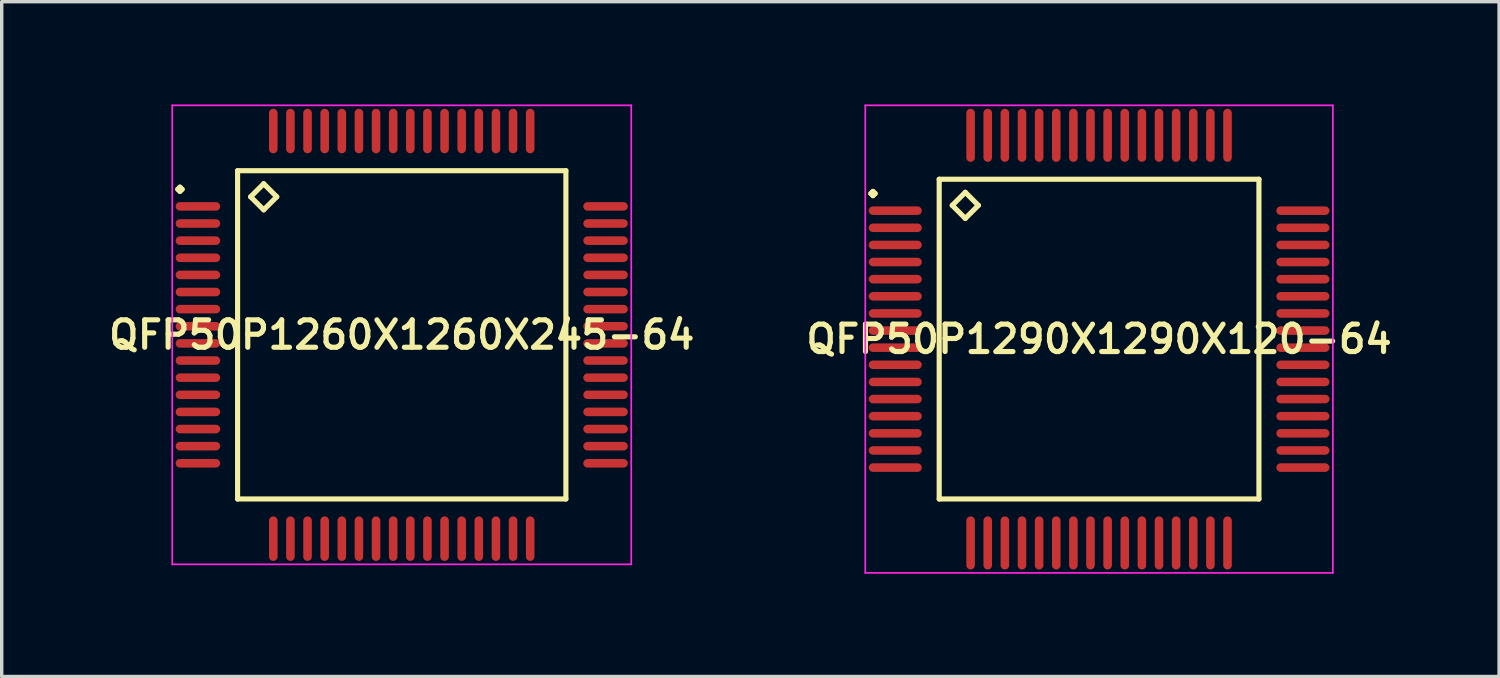
<source format=kicad_pcb>
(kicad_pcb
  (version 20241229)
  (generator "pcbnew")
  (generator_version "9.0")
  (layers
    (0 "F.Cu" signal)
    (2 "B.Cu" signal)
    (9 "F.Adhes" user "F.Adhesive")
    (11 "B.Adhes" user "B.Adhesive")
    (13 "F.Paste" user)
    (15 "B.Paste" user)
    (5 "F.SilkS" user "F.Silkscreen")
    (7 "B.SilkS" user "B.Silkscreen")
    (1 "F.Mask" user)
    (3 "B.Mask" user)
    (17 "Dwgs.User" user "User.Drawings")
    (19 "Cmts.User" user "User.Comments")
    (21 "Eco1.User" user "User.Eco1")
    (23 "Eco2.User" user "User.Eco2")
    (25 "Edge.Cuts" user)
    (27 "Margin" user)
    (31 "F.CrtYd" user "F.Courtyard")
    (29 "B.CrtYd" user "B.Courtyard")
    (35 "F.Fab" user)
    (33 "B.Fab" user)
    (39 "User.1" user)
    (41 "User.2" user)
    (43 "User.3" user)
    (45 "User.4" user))
  (footprint "QFP50P1260X1260X245-64"
    (layer "F.Cu")
    (at 8.678 6.725)
    (property "Reference" "QFP50P1260X1260X245-64" (at 0 0 0) (layer "F.SilkS") (effects (font (size 0.8 0.8) (thickness 0.15))))
    (attr smd)
    (fp_line (start -6.537 -4.25) (end -6.475 -4.312) (stroke (width 0.15) (type solid)) (layer "F.SilkS"))
    (fp_line (start -6.475 -4.312) (end -6.412 -4.25) (stroke (width 0.15) (type solid)) (layer "F.SilkS"))
    (fp_line (start -6.475 -4.188) (end -6.537 -4.25) (stroke (width 0.15) (type solid)) (layer "F.SilkS"))
    (fp_line (start -6.412 -4.25) (end -6.475 -4.188) (stroke (width 0.15) (type solid)) (layer "F.SilkS"))
    (fp_line (start -4.792 -4.792) (end -4.792 4.792) (stroke (width 0.15) (type solid)) (layer "F.SilkS"))
    (fp_line (start -4.792 4.792) (end 4.792 4.792) (stroke (width 0.15) (type solid)) (layer "F.SilkS"))
    (fp_line (start -4.411 -4.03) (end -4.03 -4.411) (stroke (width 0.15) (type solid)) (layer "F.SilkS"))
    (fp_line (start -4.03 -4.411) (end -3.649 -4.03) (stroke (width 0.15) (type solid)) (layer "F.SilkS"))
    (fp_line (start -4.03 -3.649) (end -4.411 -4.03) (stroke (width 0.15) (type solid)) (layer "F.SilkS"))
    (fp_line (start -3.649 -4.03) (end -4.03 -3.649) (stroke (width 0.15) (type solid)) (layer "F.SilkS"))
    (fp_line (start 4.792 -4.792) (end -4.792 -4.792) (stroke (width 0.15) (type solid)) (layer "F.SilkS"))
    (fp_line (start 4.792 4.792) (end 4.792 -4.792) (stroke (width 0.15) (type solid)) (layer "F.SilkS"))
    (fp_line (start -6.7 -6.7) (end 6.7 -6.7) (stroke (width 0.05) (type solid)) (layer "F.CrtYd"))
    (fp_line (start -6.7 6.7) (end -6.7 -6.7) (stroke (width 0.05) (type solid)) (layer "F.CrtYd"))
    (fp_line (start 6.7 -6.7) (end 6.7 6.7) (stroke (width 0.05) (type solid)) (layer "F.CrtYd"))
    (fp_line (start 6.7 6.7) (end -6.7 6.7) (stroke (width 0.05) (type solid)) (layer "F.CrtYd"))
    (pad "1" smd oval (at -5.95 -3.75) (size 1.3 0.25) (layers "F.Cu" "F.Mask" "F.Paste"))
    (pad "2" smd oval (at -5.95 -3.25) (size 1.3 0.25) (layers "F.Cu" "F.Mask" "F.Paste"))
    (pad "3" smd oval (at -5.95 -2.75) (size 1.3 0.25) (layers "F.Cu" "F.Mask" "F.Paste"))
    (pad "4" smd oval (at -5.95 -2.25) (size 1.3 0.25) (layers "F.Cu" "F.Mask" "F.Paste"))
    (pad "5" smd oval (at -5.95 -1.75) (size 1.3 0.25) (layers "F.Cu" "F.Mask" "F.Paste"))
    (pad "6" smd oval (at -5.95 -1.25) (size 1.3 0.25) (layers "F.Cu" "F.Mask" "F.Paste"))
    (pad "7" smd oval (at -5.95 -0.75) (size 1.3 0.25) (layers "F.Cu" "F.Mask" "F.Paste"))
    (pad "8" smd oval (at -5.95 -0.25) (size 1.3 0.25) (layers "F.Cu" "F.Mask" "F.Paste"))
    (pad "9" smd oval (at -5.95 0.25) (size 1.3 0.25) (layers "F.Cu" "F.Mask" "F.Paste"))
    (pad "10" smd oval (at -5.95 0.75) (size 1.3 0.25) (layers "F.Cu" "F.Mask" "F.Paste"))
    (pad "11" smd oval (at -5.95 1.25) (size 1.3 0.25) (layers "F.Cu" "F.Mask" "F.Paste"))
    (pad "12" smd oval (at -5.95 1.75) (size 1.3 0.25) (layers "F.Cu" "F.Mask" "F.Paste"))
    (pad "13" smd oval (at -5.95 2.25) (size 1.3 0.25) (layers "F.Cu" "F.Mask" "F.Paste"))
    (pad "14" smd oval (at -5.95 2.75) (size 1.3 0.25) (layers "F.Cu" "F.Mask" "F.Paste"))
    (pad "15" smd oval (at -5.95 3.25) (size 1.3 0.25) (layers "F.Cu" "F.Mask" "F.Paste"))
    (pad "16" smd oval (at -5.95 3.75) (size 1.3 0.25) (layers "F.Cu" "F.Mask" "F.Paste"))
    (pad "17" smd oval (at -3.75 5.95) (size 0.25 1.3) (layers "F.Cu" "F.Mask" "F.Paste"))
    (pad "18" smd oval (at -3.25 5.95) (size 0.25 1.3) (layers "F.Cu" "F.Mask" "F.Paste"))
    (pad "19" smd oval (at -2.75 5.95) (size 0.25 1.3) (layers "F.Cu" "F.Mask" "F.Paste"))
    (pad "20" smd oval (at -2.25 5.95) (size 0.25 1.3) (layers "F.Cu" "F.Mask" "F.Paste"))
    (pad "21" smd oval (at -1.75 5.95) (size 0.25 1.3) (layers "F.Cu" "F.Mask" "F.Paste"))
    (pad "22" smd oval (at -1.25 5.95) (size 0.25 1.3) (layers "F.Cu" "F.Mask" "F.Paste"))
    (pad "23" smd oval (at -0.75 5.95) (size 0.25 1.3) (layers "F.Cu" "F.Mask" "F.Paste"))
    (pad "24" smd oval (at -0.25 5.95) (size 0.25 1.3) (layers "F.Cu" "F.Mask" "F.Paste"))
    (pad "25" smd oval (at 0.25 5.95) (size 0.25 1.3) (layers "F.Cu" "F.Mask" "F.Paste"))
    (pad "26" smd oval (at 0.75 5.95) (size 0.25 1.3) (layers "F.Cu" "F.Mask" "F.Paste"))
    (pad "27" smd oval (at 1.25 5.95) (size 0.25 1.3) (layers "F.Cu" "F.Mask" "F.Paste"))
    (pad "28" smd oval (at 1.75 5.95) (size 0.25 1.3) (layers "F.Cu" "F.Mask" "F.Paste"))
    (pad "29" smd oval (at 2.25 5.95) (size 0.25 1.3) (layers "F.Cu" "F.Mask" "F.Paste"))
    (pad "30" smd oval (at 2.75 5.95) (size 0.25 1.3) (layers "F.Cu" "F.Mask" "F.Paste"))
    (pad "31" smd oval (at 3.25 5.95) (size 0.25 1.3) (layers "F.Cu" "F.Mask" "F.Paste"))
    (pad "32" smd oval (at 3.75 5.95) (size 0.25 1.3) (layers "F.Cu" "F.Mask" "F.Paste"))
    (pad "33" smd oval (at 5.95 3.75) (size 1.3 0.25) (layers "F.Cu" "F.Mask" "F.Paste"))
    (pad "34" smd oval (at 5.95 3.25) (size 1.3 0.25) (layers "F.Cu" "F.Mask" "F.Paste"))
    (pad "35" smd oval (at 5.95 2.75) (size 1.3 0.25) (layers "F.Cu" "F.Mask" "F.Paste"))
    (pad "36" smd oval (at 5.95 2.25) (size 1.3 0.25) (layers "F.Cu" "F.Mask" "F.Paste"))
    (pad "37" smd oval (at 5.95 1.75) (size 1.3 0.25) (layers "F.Cu" "F.Mask" "F.Paste"))
    (pad "38" smd oval (at 5.95 1.25) (size 1.3 0.25) (layers "F.Cu" "F.Mask" "F.Paste"))
    (pad "39" smd oval (at 5.95 0.75) (size 1.3 0.25) (layers "F.Cu" "F.Mask" "F.Paste"))
    (pad "40" smd oval (at 5.95 0.25) (size 1.3 0.25) (layers "F.Cu" "F.Mask" "F.Paste"))
    (pad "41" smd oval (at 5.95 -0.25) (size 1.3 0.25) (layers "F.Cu" "F.Mask" "F.Paste"))
    (pad "42" smd oval (at 5.95 -0.75) (size 1.3 0.25) (layers "F.Cu" "F.Mask" "F.Paste"))
    (pad "43" smd oval (at 5.95 -1.25) (size 1.3 0.25) (layers "F.Cu" "F.Mask" "F.Paste"))
    (pad "44" smd oval (at 5.95 -1.75) (size 1.3 0.25) (layers "F.Cu" "F.Mask" "F.Paste"))
    (pad "45" smd oval (at 5.95 -2.25) (size 1.3 0.25) (layers "F.Cu" "F.Mask" "F.Paste"))
    (pad "46" smd oval (at 5.95 -2.75) (size 1.3 0.25) (layers "F.Cu" "F.Mask" "F.Paste"))
    (pad "47" smd oval (at 5.95 -3.25) (size 1.3 0.25) (layers "F.Cu" "F.Mask" "F.Paste"))
    (pad "48" smd oval (at 5.95 -3.75) (size 1.3 0.25) (layers "F.Cu" "F.Mask" "F.Paste"))
    (pad "49" smd oval (at 3.75 -5.95) (size 0.25 1.3) (layers "F.Cu" "F.Mask" "F.Paste"))
    (pad "50" smd oval (at 3.25 -5.95) (size 0.25 1.3) (layers "F.Cu" "F.Mask" "F.Paste"))
    (pad "51" smd oval (at 2.75 -5.95) (size 0.25 1.3) (layers "F.Cu" "F.Mask" "F.Paste"))
    (pad "52" smd oval (at 2.25 -5.95) (size 0.25 1.3) (layers "F.Cu" "F.Mask" "F.Paste"))
    (pad "53" smd oval (at 1.75 -5.95) (size 0.25 1.3) (layers "F.Cu" "F.Mask" "F.Paste"))
    (pad "54" smd oval (at 1.25 -5.95) (size 0.25 1.3) (layers "F.Cu" "F.Mask" "F.Paste"))
    (pad "55" smd oval (at 0.75 -5.95) (size 0.25 1.3) (layers "F.Cu" "F.Mask" "F.Paste"))
    (pad "56" smd oval (at 0.25 -5.95) (size 0.25 1.3) (layers "F.Cu" "F.Mask" "F.Paste"))
    (pad "57" smd oval (at -0.25 -5.95) (size 0.25 1.3) (layers "F.Cu" "F.Mask" "F.Paste"))
    (pad "58" smd oval (at -0.75 -5.95) (size 0.25 1.3) (layers "F.Cu" "F.Mask" "F.Paste"))
    (pad "59" smd oval (at -1.25 -5.95) (size 0.25 1.3) (layers "F.Cu" "F.Mask" "F.Paste"))
    (pad "60" smd oval (at -1.75 -5.95) (size 0.25 1.3) (layers "F.Cu" "F.Mask" "F.Paste"))
    (pad "61" smd oval (at -2.25 -5.95) (size 0.25 1.3) (layers "F.Cu" "F.Mask" "F.Paste"))
    (pad "62" smd oval (at -2.75 -5.95) (size 0.25 1.3) (layers "F.Cu" "F.Mask" "F.Paste"))
    (pad "63" smd oval (at -3.25 -5.95) (size 0.25 1.3) (layers "F.Cu" "F.Mask" "F.Paste"))
    (pad "64" smd oval (at -3.75 -5.95) (size 0.25 1.3) (layers "F.Cu" "F.Mask" "F.Paste")))
  (footprint "QFP50P1290X1290X120-64"
    (layer "F.Cu")
    (at 29.035 6.85)
    (property "Reference" "QFP50P1290X1290X120-64" (at 0 0 0) (layer "F.SilkS") (effects (font (size 0.8 0.8) (thickness 0.15))))
    (attr smd)
    (fp_line (start -6.662 -4.25) (end -6.6 -4.312) (stroke (width 0.15) (type solid)) (layer "F.SilkS"))
    (fp_line (start -6.6 -4.312) (end -6.537 -4.25) (stroke (width 0.15) (type solid)) (layer "F.SilkS"))
    (fp_line (start -6.6 -4.188) (end -6.662 -4.25) (stroke (width 0.15) (type solid)) (layer "F.SilkS"))
    (fp_line (start -6.537 -4.25) (end -6.6 -4.188) (stroke (width 0.15) (type solid)) (layer "F.SilkS"))
    (fp_line (start -4.667 -4.667) (end -4.667 4.667) (stroke (width 0.15) (type solid)) (layer "F.SilkS"))
    (fp_line (start -4.667 4.667) (end 4.667 4.667) (stroke (width 0.15) (type solid)) (layer "F.SilkS"))
    (fp_line (start -4.286 -3.905) (end -3.905 -4.286) (stroke (width 0.15) (type solid)) (layer "F.SilkS"))
    (fp_line (start -3.905 -4.286) (end -3.524 -3.905) (stroke (width 0.15) (type solid)) (layer "F.SilkS"))
    (fp_line (start -3.905 -3.524) (end -4.286 -3.905) (stroke (width 0.15) (type solid)) (layer "F.SilkS"))
    (fp_line (start -3.524 -3.905) (end -3.905 -3.524) (stroke (width 0.15) (type solid)) (layer "F.SilkS"))
    (fp_line (start 4.667 -4.667) (end -4.667 -4.667) (stroke (width 0.15) (type solid)) (layer "F.SilkS"))
    (fp_line (start 4.667 4.667) (end 4.667 -4.667) (stroke (width 0.15) (type solid)) (layer "F.SilkS"))
    (fp_line (start -6.825 -6.825) (end 6.825 -6.825) (stroke (width 0.05) (type solid)) (layer "F.CrtYd"))
    (fp_line (start -6.825 6.825) (end -6.825 -6.825) (stroke (width 0.05) (type solid)) (layer "F.CrtYd"))
    (fp_line (start 6.825 -6.825) (end 6.825 6.825) (stroke (width 0.05) (type solid)) (layer "F.CrtYd"))
    (fp_line (start 6.825 6.825) (end -6.825 6.825) (stroke (width 0.05) (type solid)) (layer "F.CrtYd"))
    (pad "1" smd oval (at -5.95 -3.75) (size 1.55 0.25) (layers "F.Cu" "F.Mask" "F.Paste"))
    (pad "2" smd oval (at -5.95 -3.25) (size 1.55 0.25) (layers "F.Cu" "F.Mask" "F.Paste"))
    (pad "3" smd oval (at -5.95 -2.75) (size 1.55 0.25) (layers "F.Cu" "F.Mask" "F.Paste"))
    (pad "4" smd oval (at -5.95 -2.25) (size 1.55 0.25) (layers "F.Cu" "F.Mask" "F.Paste"))
    (pad "5" smd oval (at -5.95 -1.75) (size 1.55 0.25) (layers "F.Cu" "F.Mask" "F.Paste"))
    (pad "6" smd oval (at -5.95 -1.25) (size 1.55 0.25) (layers "F.Cu" "F.Mask" "F.Paste"))
    (pad "7" smd oval (at -5.95 -0.75) (size 1.55 0.25) (layers "F.Cu" "F.Mask" "F.Paste"))
    (pad "8" smd oval (at -5.95 -0.25) (size 1.55 0.25) (layers "F.Cu" "F.Mask" "F.Paste"))
    (pad "9" smd oval (at -5.95 0.25) (size 1.55 0.25) (layers "F.Cu" "F.Mask" "F.Paste"))
    (pad "10" smd oval (at -5.95 0.75) (size 1.55 0.25) (layers "F.Cu" "F.Mask" "F.Paste"))
    (pad "11" smd oval (at -5.95 1.25) (size 1.55 0.25) (layers "F.Cu" "F.Mask" "F.Paste"))
    (pad "12" smd oval (at -5.95 1.75) (size 1.55 0.25) (layers "F.Cu" "F.Mask" "F.Paste"))
    (pad "13" smd oval (at -5.95 2.25) (size 1.55 0.25) (layers "F.Cu" "F.Mask" "F.Paste"))
    (pad "14" smd oval (at -5.95 2.75) (size 1.55 0.25) (layers "F.Cu" "F.Mask" "F.Paste"))
    (pad "15" smd oval (at -5.95 3.25) (size 1.55 0.25) (layers "F.Cu" "F.Mask" "F.Paste"))
    (pad "16" smd oval (at -5.95 3.75) (size 1.55 0.25) (layers "F.Cu" "F.Mask" "F.Paste"))
    (pad "17" smd oval (at -3.75 5.95) (size 0.25 1.55) (layers "F.Cu" "F.Mask" "F.Paste"))
    (pad "18" smd oval (at -3.25 5.95) (size 0.25 1.55) (layers "F.Cu" "F.Mask" "F.Paste"))
    (pad "19" smd oval (at -2.75 5.95) (size 0.25 1.55) (layers "F.Cu" "F.Mask" "F.Paste"))
    (pad "20" smd oval (at -2.25 5.95) (size 0.25 1.55) (layers "F.Cu" "F.Mask" "F.Paste"))
    (pad "21" smd oval (at -1.75 5.95) (size 0.25 1.55) (layers "F.Cu" "F.Mask" "F.Paste"))
    (pad "22" smd oval (at -1.25 5.95) (size 0.25 1.55) (layers "F.Cu" "F.Mask" "F.Paste"))
    (pad "23" smd oval (at -0.75 5.95) (size 0.25 1.55) (layers "F.Cu" "F.Mask" "F.Paste"))
    (pad "24" smd oval (at -0.25 5.95) (size 0.25 1.55) (layers "F.Cu" "F.Mask" "F.Paste"))
    (pad "25" smd oval (at 0.25 5.95) (size 0.25 1.55) (layers "F.Cu" "F.Mask" "F.Paste"))
    (pad "26" smd oval (at 0.75 5.95) (size 0.25 1.55) (layers "F.Cu" "F.Mask" "F.Paste"))
    (pad "27" smd oval (at 1.25 5.95) (size 0.25 1.55) (layers "F.Cu" "F.Mask" "F.Paste"))
    (pad "28" smd oval (at 1.75 5.95) (size 0.25 1.55) (layers "F.Cu" "F.Mask" "F.Paste"))
    (pad "29" smd oval (at 2.25 5.95) (size 0.25 1.55) (layers "F.Cu" "F.Mask" "F.Paste"))
    (pad "30" smd oval (at 2.75 5.95) (size 0.25 1.55) (layers "F.Cu" "F.Mask" "F.Paste"))
    (pad "31" smd oval (at 3.25 5.95) (size 0.25 1.55) (layers "F.Cu" "F.Mask" "F.Paste"))
    (pad "32" smd oval (at 3.75 5.95) (size 0.25 1.55) (layers "F.Cu" "F.Mask" "F.Paste"))
    (pad "33" smd oval (at 5.95 3.75) (size 1.55 0.25) (layers "F.Cu" "F.Mask" "F.Paste"))
    (pad "34" smd oval (at 5.95 3.25) (size 1.55 0.25) (layers "F.Cu" "F.Mask" "F.Paste"))
    (pad "35" smd oval (at 5.95 2.75) (size 1.55 0.25) (layers "F.Cu" "F.Mask" "F.Paste"))
    (pad "36" smd oval (at 5.95 2.25) (size 1.55 0.25) (layers "F.Cu" "F.Mask" "F.Paste"))
    (pad "37" smd oval (at 5.95 1.75) (size 1.55 0.25) (layers "F.Cu" "F.Mask" "F.Paste"))
    (pad "38" smd oval (at 5.95 1.25) (size 1.55 0.25) (layers "F.Cu" "F.Mask" "F.Paste"))
    (pad "39" smd oval (at 5.95 0.75) (size 1.55 0.25) (layers "F.Cu" "F.Mask" "F.Paste"))
    (pad "40" smd oval (at 5.95 0.25) (size 1.55 0.25) (layers "F.Cu" "F.Mask" "F.Paste"))
    (pad "41" smd oval (at 5.95 -0.25) (size 1.55 0.25) (layers "F.Cu" "F.Mask" "F.Paste"))
    (pad "42" smd oval (at 5.95 -0.75) (size 1.55 0.25) (layers "F.Cu" "F.Mask" "F.Paste"))
    (pad "43" smd oval (at 5.95 -1.25) (size 1.55 0.25) (layers "F.Cu" "F.Mask" "F.Paste"))
    (pad "44" smd oval (at 5.95 -1.75) (size 1.55 0.25) (layers "F.Cu" "F.Mask" "F.Paste"))
    (pad "45" smd oval (at 5.95 -2.25) (size 1.55 0.25) (layers "F.Cu" "F.Mask" "F.Paste"))
    (pad "46" smd oval (at 5.95 -2.75) (size 1.55 0.25) (layers "F.Cu" "F.Mask" "F.Paste"))
    (pad "47" smd oval (at 5.95 -3.25) (size 1.55 0.25) (layers "F.Cu" "F.Mask" "F.Paste"))
    (pad "48" smd oval (at 5.95 -3.75) (size 1.55 0.25) (layers "F.Cu" "F.Mask" "F.Paste"))
    (pad "49" smd oval (at 3.75 -5.95) (size 0.25 1.55) (layers "F.Cu" "F.Mask" "F.Paste"))
    (pad "50" smd oval (at 3.25 -5.95) (size 0.25 1.55) (layers "F.Cu" "F.Mask" "F.Paste"))
    (pad "51" smd oval (at 2.75 -5.95) (size 0.25 1.55) (layers "F.Cu" "F.Mask" "F.Paste"))
    (pad "52" smd oval (at 2.25 -5.95) (size 0.25 1.55) (layers "F.Cu" "F.Mask" "F.Paste"))
    (pad "53" smd oval (at 1.75 -5.95) (size 0.25 1.55) (layers "F.Cu" "F.Mask" "F.Paste"))
    (pad "54" smd oval (at 1.25 -5.95) (size 0.25 1.55) (layers "F.Cu" "F.Mask" "F.Paste"))
    (pad "55" smd oval (at 0.75 -5.95) (size 0.25 1.55) (layers "F.Cu" "F.Mask" "F.Paste"))
    (pad "56" smd oval (at 0.25 -5.95) (size 0.25 1.55) (layers "F.Cu" "F.Mask" "F.Paste"))
    (pad "57" smd oval (at -0.25 -5.95) (size 0.25 1.55) (layers "F.Cu" "F.Mask" "F.Paste"))
    (pad "58" smd oval (at -0.75 -5.95) (size 0.25 1.55) (layers "F.Cu" "F.Mask" "F.Paste"))
    (pad "59" smd oval (at -1.25 -5.95) (size 0.25 1.55) (layers "F.Cu" "F.Mask" "F.Paste"))
    (pad "60" smd oval (at -1.75 -5.95) (size 0.25 1.55) (layers "F.Cu" "F.Mask" "F.Paste"))
    (pad "61" smd oval (at -2.25 -5.95) (size 0.25 1.55) (layers "F.Cu" "F.Mask" "F.Paste"))
    (pad "62" smd oval (at -2.75 -5.95) (size 0.25 1.55) (layers "F.Cu" "F.Mask" "F.Paste"))
    (pad "63" smd oval (at -3.25 -5.95) (size 0.25 1.55) (layers "F.Cu" "F.Mask" "F.Paste"))
    (pad "64" smd oval (at -3.75 -5.95) (size 0.25 1.55) (layers "F.Cu" "F.Mask" "F.Paste")))
  (gr_rect
    (start -3 -3)
    (end 40.713 16.7)
    (stroke (width 0.1) (type default))
    (fill no)
    (layer "Edge.Cuts")))
</source>
